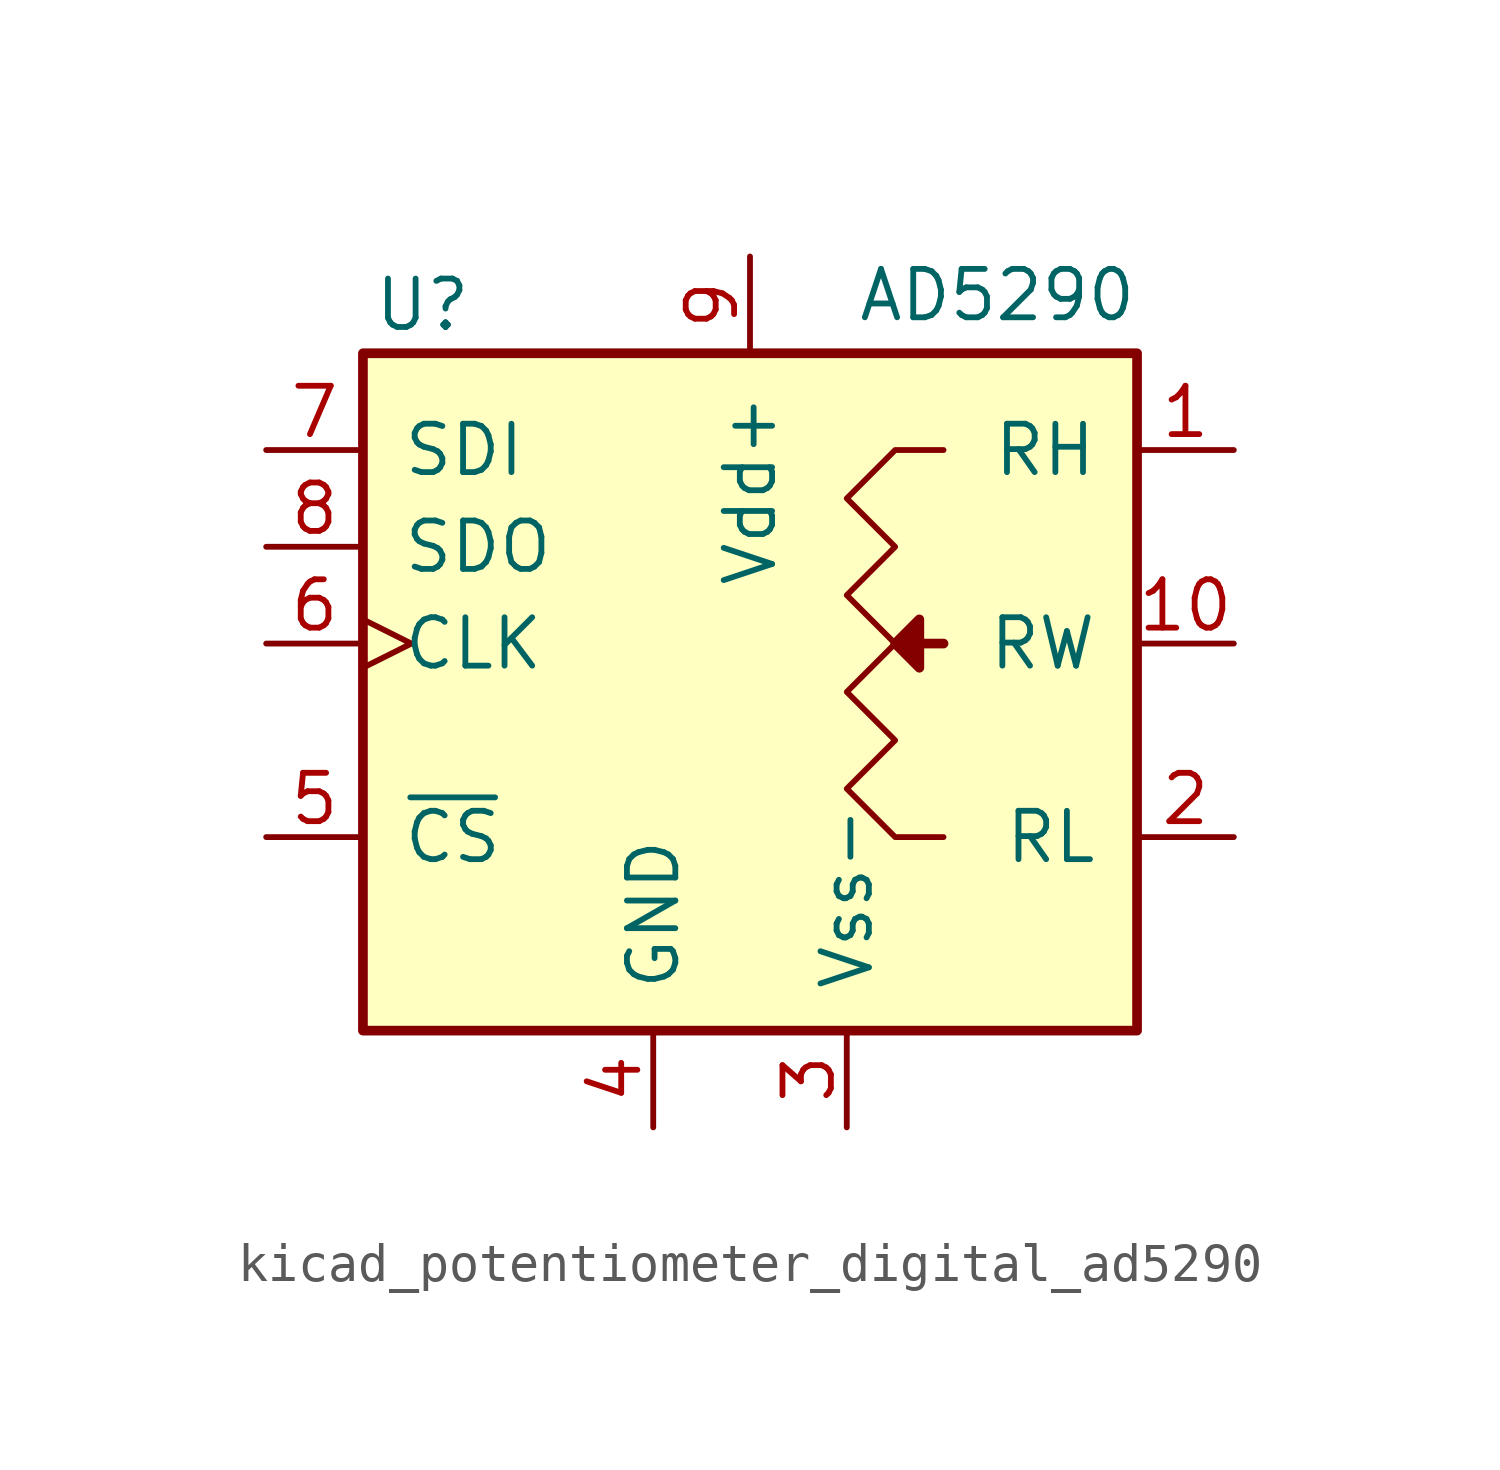
<source format=kicad_sym>
(kicad_symbol_lib
  (version 20220914)
  (generator kicad_symbol_editor)
  (symbol "kicad_potentiometer_digital_ad5290"
    (pin_names
      (offset 1.016))
    (property "Reference" "U"
      (at -9.906 8.89 0)
      (effects (font (size 1.27 1.27)) (justify left)))
    (property "Value" "AD5290"
      (at 2.794 9.144 0)
      (effects (font (size 1.27 1.27)) (justify left)))
    (symbol "kicad_potentiometer_digital_ad5290_0_1"
      (rectangle (start -10.16 7.62) (end 10.16 -10.16) (stroke (width 0.254) (type default)) (fill (type background)))
      (polyline (pts (xy 4.445 0) (xy 5.08 0)) (stroke (width 0.254) (type default)) (fill (type none)))
      (polyline (pts (xy 3.81 0) (xy 4.445 0.635) (xy 4.445 -0.635) (xy 3.81 0)) (stroke (width 0.254) (type default)) (fill (type outline)))
      (polyline (pts (xy 5.08 5.08) (xy 3.81 5.08) (xy 2.54 3.81) (xy 3.81 2.54) (xy 2.54 1.27) (xy 3.81 0) (xy 2.54 -1.27) (xy 3.81 -2.54) (xy 2.54 -3.81) (xy 3.81 -5.08) (xy 5.08 -5.08) (xy 5.08 -5.08) (xy 5.08 -5.08)) (stroke (width 0) (type default)) (fill (type none))))
    (symbol "kicad_potentiometer_digital_ad5290_1_1"
      (pin passive line (at 12.7 5.08 180) (length 2.54) (name "RH" (effects (font (size 1.27 1.27)))) (number "1" (effects (font (size 1.27 1.27)))))
      (pin passive line (at 12.7 0 180) (length 2.54) (name "RW" (effects (font (size 1.27 1.27)))) (number "10" (effects (font (size 1.27 1.27)))))
      (pin passive line (at 12.7 -5.08 180) (length 2.54) (name "RL" (effects (font (size 1.27 1.27)))) (number "2" (effects (font (size 1.27 1.27)))))
      (pin power_in line (at 2.54 -12.7 90) (length 2.54) (name "Vss-" (effects (font (size 1.27 1.27)))) (number "3" (effects (font (size 1.27 1.27)))))
      (pin power_in line (at -2.54 -12.7 90) (length 2.54) (name "GND" (effects (font (size 1.27 1.27)))) (number "4" (effects (font (size 1.27 1.27)))))
      (pin input line (at -12.7 -5.08 0) (length 2.54) (name "~{CS}" (effects (font (size 1.27 1.27)))) (number "5" (effects (font (size 1.27 1.27)))))
      (pin input clock (at -12.7 0 0) (length 2.54) (name "CLK" (effects (font (size 1.27 1.27)))) (number "6" (effects (font (size 1.27 1.27)))))
      (pin input line (at -12.7 5.08 0) (length 2.54) (name "SDI" (effects (font (size 1.27 1.27)))) (number "7" (effects (font (size 1.27 1.27)))))
      (pin output line (at -12.7 2.54 0) (length 2.54) (name "SDO" (effects (font (size 1.27 1.27)))) (number "8" (effects (font (size 1.27 1.27)))))
      (pin power_in line (at 0 10.16 270) (length 2.54) (name "Vdd+" (effects (font (size 1.27 1.27)))) (number "9" (effects (font (size 1.27 1.27))))))))
</source>
